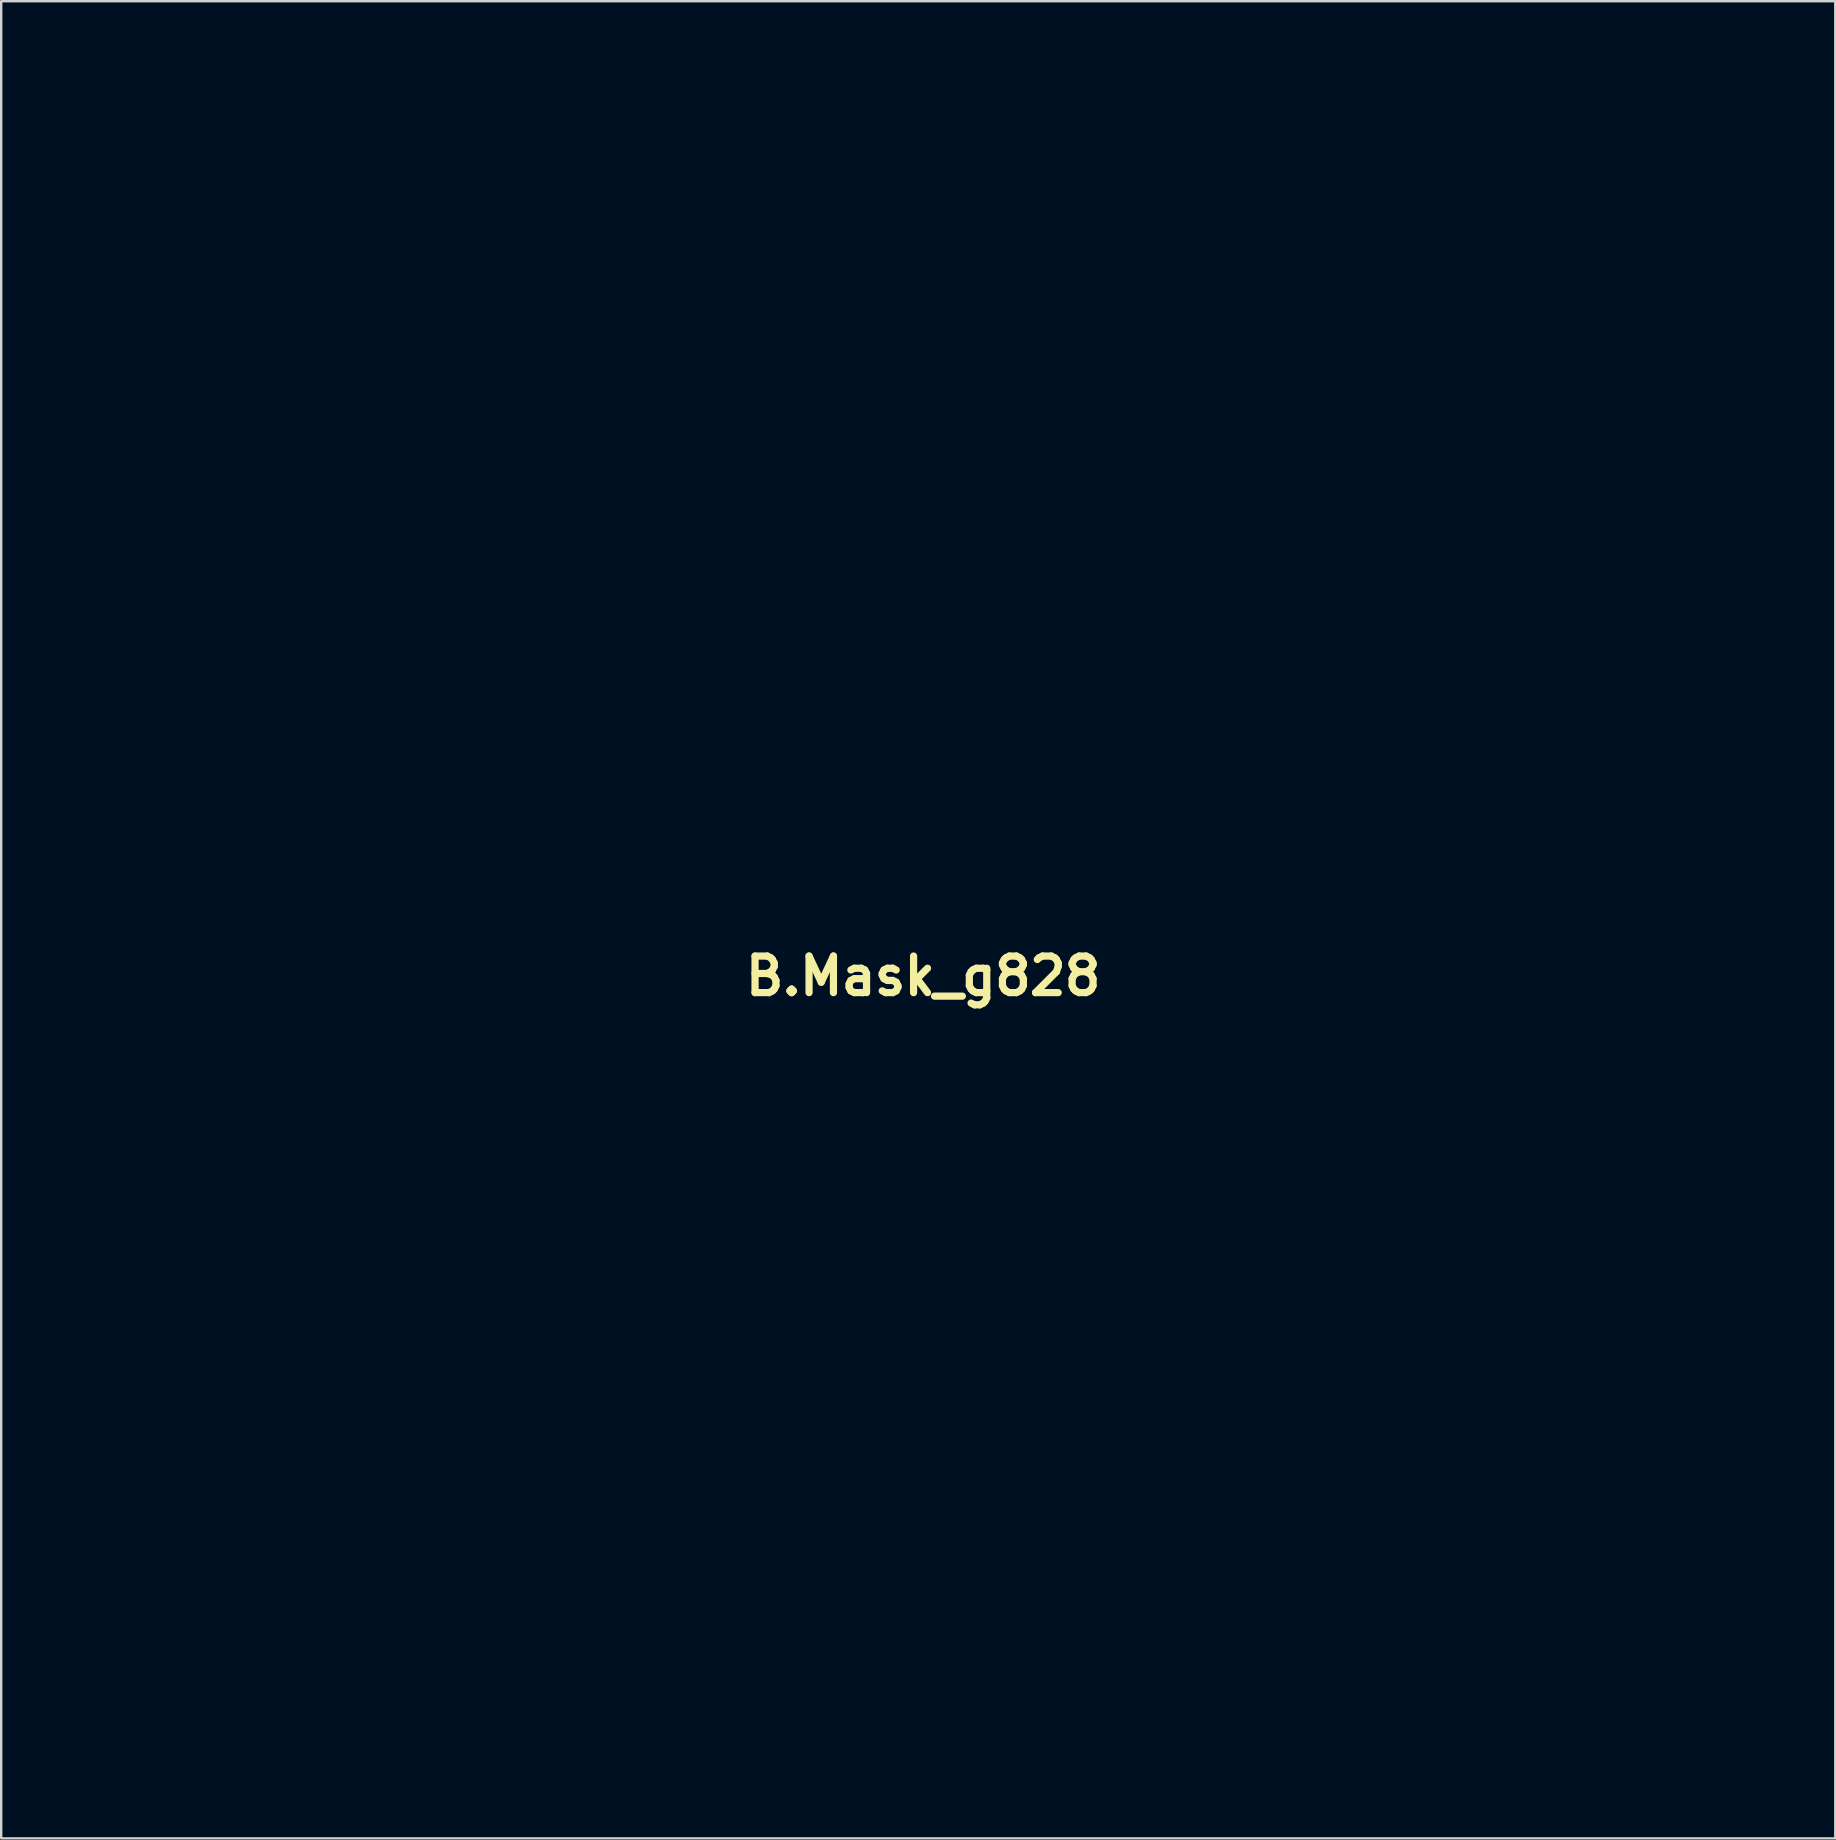
<source format=kicad_pcb>
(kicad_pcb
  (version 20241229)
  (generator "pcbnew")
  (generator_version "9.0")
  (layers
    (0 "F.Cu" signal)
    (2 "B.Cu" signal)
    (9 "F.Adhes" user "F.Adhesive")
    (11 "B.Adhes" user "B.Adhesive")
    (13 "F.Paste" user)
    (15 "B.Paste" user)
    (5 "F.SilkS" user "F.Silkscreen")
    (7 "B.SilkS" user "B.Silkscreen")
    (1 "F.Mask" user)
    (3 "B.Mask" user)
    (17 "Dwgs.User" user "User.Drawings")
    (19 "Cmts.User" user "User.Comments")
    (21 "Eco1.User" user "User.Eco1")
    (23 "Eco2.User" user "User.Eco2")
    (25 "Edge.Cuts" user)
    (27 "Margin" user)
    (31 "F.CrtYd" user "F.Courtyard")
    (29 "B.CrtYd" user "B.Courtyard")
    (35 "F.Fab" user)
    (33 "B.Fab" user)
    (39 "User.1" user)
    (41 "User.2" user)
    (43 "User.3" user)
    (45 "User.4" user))
  (footprint "B.Mask_g828"
    (layer "F.Cu")
    (at 35.405 37.609)
    (property "Reference" "B.Mask_g828" (at 0 0 0) (layer "F.SilkS") (effects (font (size 1.524 1.524) (thickness 0.3))))
    (attr through_hole)
    (fp_poly (pts (xy 20.384 27.691) (xy 20.598 27.733) (xy 20.787 27.798) (xy 20.956 27.887) (xy 21.11 28.002) (xy 21.166 28.054) (xy 21.298 28.21) (xy 21.394 28.386) (xy 21.452 28.578) (xy 21.474 28.786) (xy 21.458 29.008) (xy 21.404 29.241) (xy 21.313 29.483) (xy 21.262 29.591) (xy 21.113 29.849) (xy 20.926 30.11) (xy 20.703 30.373) (xy 20.449 30.635) (xy 20.166 30.894) (xy 19.859 31.147) (xy 19.53 31.392) (xy 19.183 31.628) (xy 18.821 31.851) (xy 18.448 32.059) (xy 18.067 32.249) (xy 17.681 32.421) (xy 17.294 32.571) (xy 16.909 32.697) (xy 16.584 32.783) (xy 16.262 32.85) (xy 15.951 32.893) (xy 15.656 32.914) (xy 15.383 32.911) (xy 15.137 32.885) (xy 15.06 32.871) (xy 14.83 32.805) (xy 14.627 32.71) (xy 14.452 32.588) (xy 14.308 32.442) (xy 14.197 32.274) (xy 14.121 32.086) (xy 14.081 31.88) (xy 14.076 31.765) (xy 14.097 31.538) (xy 14.158 31.301) (xy 14.257 31.057) (xy 14.394 30.805) (xy 14.567 30.549) (xy 14.776 30.289) (xy 15.019 30.027) (xy 15.295 29.764) (xy 15.603 29.501) (xy 15.942 29.241) (xy 16.09 29.135) (xy 16.422 28.915) (xy 16.783 28.699) (xy 17.163 28.494) (xy 17.552 28.304) (xy 17.939 28.134) (xy 18.314 27.99) (xy 18.49 27.93) (xy 18.815 27.832) (xy 19.117 27.76) (xy 19.407 27.709) (xy 19.696 27.68) (xy 19.865 27.671) (xy 20.141 27.671) (xy 20.384 27.691)) (stroke (width 0.01) (type solid)) (fill yes) (layer "B.Mask"))
    (fp_poly (pts (xy -15.344 -37.602) (xy -15.054 -37.577) (xy -14.799 -37.528) (xy -14.577 -37.456) (xy -14.526 -37.434) (xy -14.389 -37.354) (xy -14.244 -37.241) (xy -14.095 -37.098) (xy -13.946 -36.933) (xy -13.802 -36.751) (xy -13.668 -36.558) (xy -13.547 -36.36) (xy -13.445 -36.162) (xy -13.365 -35.97) (xy -13.332 -35.866) (xy -13.297 -35.691) (xy -13.283 -35.493) (xy -13.289 -35.285) (xy -13.316 -35.081) (xy -13.342 -34.963) (xy -13.461 -34.591) (xy -13.617 -34.236) (xy -13.809 -33.9) (xy -14.033 -33.586) (xy -14.288 -33.296) (xy -14.572 -33.033) (xy -14.881 -32.799) (xy -15.215 -32.598) (xy -15.569 -32.43) (xy -15.715 -32.374) (xy -15.93 -32.303) (xy -16.183 -32.233) (xy -16.467 -32.163) (xy -16.778 -32.095) (xy -17.111 -32.03) (xy -17.461 -31.969) (xy -17.822 -31.913) (xy -18.189 -31.863) (xy -18.531 -31.823) (xy -18.68 -31.809) (xy -18.846 -31.798) (xy -19.022 -31.789) (xy -19.203 -31.783) (xy -19.381 -31.779) (xy -19.549 -31.778) (xy -19.7 -31.78) (xy -19.827 -31.785) (xy -19.924 -31.793) (xy -19.971 -31.801) (xy -20.083 -31.831) (xy -20.197 -31.871) (xy -20.325 -31.925) (xy -20.477 -31.998) (xy -20.505 -32.012) (xy -20.72 -32.125) (xy -20.9 -32.234) (xy -21.049 -32.342) (xy -21.175 -32.455) (xy -21.283 -32.579) (xy -21.378 -32.718) (xy -21.466 -32.877) (xy -21.467 -32.88) (xy -21.514 -32.977) (xy -21.552 -33.065) (xy -21.581 -33.15) (xy -21.602 -33.24) (xy -21.618 -33.341) (xy -21.627 -33.458) (xy -21.633 -33.6) (xy -21.635 -33.771) (xy -21.635 -33.944) (xy -21.634 -34.145) (xy -21.631 -34.31) (xy -21.626 -34.442) (xy -21.619 -34.546) (xy -21.61 -34.627) (xy -21.602 -34.674) (xy -21.573 -34.777) (xy -21.524 -34.904) (xy -21.461 -35.046) (xy -21.388 -35.193) (xy -21.31 -35.333) (xy -21.233 -35.458) (xy -21.183 -35.528) (xy -20.998 -35.748) (xy -20.784 -35.956) (xy -20.541 -36.151) (xy -20.267 -36.335) (xy -19.96 -36.508) (xy -19.619 -36.671) (xy -19.243 -36.826) (xy -18.829 -36.972) (xy -18.377 -37.111) (xy -17.884 -37.243) (xy -17.806 -37.262) (xy -17.308 -37.378) (xy -16.846 -37.469) (xy -16.419 -37.538) (xy -16.026 -37.583) (xy -15.668 -37.604) (xy -15.344 -37.602)) (stroke (width 0.01) (type solid)) (fill yes) (layer "B.Mask"))
    (fp_poly (pts (xy 31.495 -17.155) (xy 31.659 -17.154) (xy 31.792 -17.15) (xy 31.903 -17.142) (xy 31.996 -17.131) (xy 32.078 -17.114) (xy 32.155 -17.091) (xy 32.234 -17.06) (xy 32.32 -17.021) (xy 32.415 -16.975) (xy 32.666 -16.837) (xy 32.903 -16.671) (xy 33.126 -16.477) (xy 33.336 -16.254) (xy 33.535 -15.999) (xy 33.722 -15.713) (xy 33.898 -15.393) (xy 34.065 -15.039) (xy 34.223 -14.649) (xy 34.373 -14.221) (xy 34.514 -13.755) (xy 34.65 -13.249) (xy 34.733 -12.903) (xy 34.823 -12.489) (xy 34.893 -12.108) (xy 34.943 -11.755) (xy 34.975 -11.428) (xy 34.988 -11.121) (xy 34.988 -11.049) (xy 34.979 -10.756) (xy 34.95 -10.497) (xy 34.9 -10.272) (xy 34.83 -10.077) (xy 34.739 -9.909) (xy 34.739 -9.909) (xy 34.628 -9.766) (xy 34.485 -9.617) (xy 34.316 -9.467) (xy 34.129 -9.321) (xy 33.931 -9.185) (xy 33.73 -9.063) (xy 33.532 -8.961) (xy 33.346 -8.883) (xy 33.196 -8.839) (xy 33.065 -8.819) (xy 32.909 -8.809) (xy 32.743 -8.809) (xy 32.582 -8.82) (xy 32.459 -8.837) (xy 32.188 -8.904) (xy 31.903 -9.004) (xy 31.615 -9.133) (xy 31.331 -9.287) (xy 31.06 -9.464) (xy 31.009 -9.5) (xy 30.904 -9.583) (xy 30.783 -9.689) (xy 30.655 -9.808) (xy 30.531 -9.931) (xy 30.42 -10.048) (xy 30.334 -10.149) (xy 30.333 -10.149) (xy 30.185 -10.347) (xy 30.053 -10.549) (xy 29.933 -10.762) (xy 29.825 -10.989) (xy 29.726 -11.235) (xy 29.635 -11.505) (xy 29.55 -11.803) (xy 29.469 -12.134) (xy 29.39 -12.502) (xy 29.382 -12.541) (xy 29.305 -12.952) (xy 29.238 -13.353) (xy 29.183 -13.741) (xy 29.14 -14.109) (xy 29.109 -14.454) (xy 29.091 -14.77) (xy 29.086 -15.054) (xy 29.088 -15.15) (xy 29.094 -15.291) (xy 29.104 -15.407) (xy 29.119 -15.51) (xy 29.144 -15.608) (xy 29.18 -15.709) (xy 29.229 -15.825) (xy 29.296 -15.964) (xy 29.337 -16.046) (xy 29.451 -16.261) (xy 29.56 -16.441) (xy 29.671 -16.591) (xy 29.787 -16.716) (xy 29.913 -16.822) (xy 30.056 -16.914) (xy 30.169 -16.974) (xy 30.268 -17.022) (xy 30.353 -17.061) (xy 30.432 -17.091) (xy 30.51 -17.114) (xy 30.594 -17.131) (xy 30.69 -17.142) (xy 30.804 -17.149) (xy 30.943 -17.153) (xy 31.112 -17.155) (xy 31.295 -17.155) (xy 31.495 -17.155)) (stroke (width 0.01) (type solid)) (fill yes) (layer "B.Mask"))
    (fp_poly (pts (xy 19.555 -33.807) (xy 19.858 -33.756) (xy 20.163 -33.67) (xy 20.472 -33.548) (xy 20.787 -33.388) (xy 21.11 -33.19) (xy 21.444 -32.954) (xy 21.538 -32.882) (xy 21.78 -32.684) (xy 22.037 -32.457) (xy 22.305 -32.207) (xy 22.576 -31.94) (xy 22.846 -31.662) (xy 23.108 -31.378) (xy 23.358 -31.096) (xy 23.588 -30.82) (xy 23.795 -30.557) (xy 23.946 -30.349) (xy 24.134 -30.063) (xy 24.286 -29.795) (xy 24.403 -29.543) (xy 24.485 -29.305) (xy 24.534 -29.079) (xy 24.55 -28.861) (xy 24.533 -28.649) (xy 24.504 -28.509) (xy 24.449 -28.328) (xy 24.374 -28.131) (xy 24.284 -27.926) (xy 24.184 -27.725) (xy 24.079 -27.537) (xy 23.973 -27.37) (xy 23.877 -27.243) (xy 23.711 -27.076) (xy 23.509 -26.932) (xy 23.275 -26.811) (xy 23.009 -26.714) (xy 22.741 -26.648) (xy 22.642 -26.63) (xy 22.543 -26.616) (xy 22.433 -26.607) (xy 22.303 -26.6) (xy 22.145 -26.596) (xy 22.077 -26.595) (xy 21.942 -26.593) (xy 21.819 -26.593) (xy 21.715 -26.594) (xy 21.638 -26.595) (xy 21.594 -26.597) (xy 21.59 -26.598) (xy 21.546 -26.606) (xy 21.473 -26.618) (xy 21.383 -26.632) (xy 21.343 -26.639) (xy 20.97 -26.721) (xy 20.607 -26.844) (xy 20.253 -27.007) (xy 19.91 -27.212) (xy 19.578 -27.457) (xy 19.431 -27.582) (xy 19.284 -27.718) (xy 19.119 -27.886) (xy 18.939 -28.079) (xy 18.748 -28.294) (xy 18.551 -28.525) (xy 18.35 -28.768) (xy 18.149 -29.018) (xy 17.954 -29.269) (xy 17.767 -29.517) (xy 17.592 -29.758) (xy 17.434 -29.986) (xy 17.297 -30.196) (xy 17.224 -30.314) (xy 17.123 -30.486) (xy 17.043 -30.632) (xy 16.982 -30.76) (xy 16.936 -30.88) (xy 16.904 -31.002) (xy 16.882 -31.133) (xy 16.868 -31.282) (xy 16.859 -31.46) (xy 16.855 -31.583) (xy 16.852 -31.799) (xy 16.857 -31.98) (xy 16.871 -32.134) (xy 16.897 -32.269) (xy 16.936 -32.393) (xy 16.989 -32.512) (xy 17.059 -32.635) (xy 17.12 -32.728) (xy 17.188 -32.825) (xy 17.258 -32.912) (xy 17.332 -32.991) (xy 17.417 -33.067) (xy 17.517 -33.143) (xy 17.636 -33.224) (xy 17.78 -33.313) (xy 17.953 -33.413) (xy 18.118 -33.504) (xy 18.299 -33.602) (xy 18.454 -33.677) (xy 18.593 -33.734) (xy 18.724 -33.775) (xy 18.856 -33.801) (xy 18.999 -33.817) (xy 19.161 -33.823) (xy 19.251 -33.824) (xy 19.555 -33.807)) (stroke (width 0.01) (type solid)) (fill yes) (layer "B.Mask"))
    (fp_poly (pts (xy -32.407 -9.36) (xy -32.265 -9.336) (xy -32.127 -9.291) (xy -31.984 -9.223) (xy -31.825 -9.127) (xy -31.754 -9.081) (xy -31.473 -8.869) (xy -31.204 -8.623) (xy -30.953 -8.348) (xy -30.725 -8.051) (xy -30.527 -7.74) (xy -30.45 -7.599) (xy -30.383 -7.464) (xy -30.326 -7.34) (xy -30.28 -7.222) (xy -30.242 -7.104) (xy -30.213 -6.981) (xy -30.192 -6.848) (xy -30.177 -6.7) (xy -30.169 -6.53) (xy -30.165 -6.335) (xy -30.166 -6.108) (xy -30.17 -5.845) (xy -30.17 -5.821) (xy -30.177 -5.531) (xy -30.187 -5.275) (xy -30.199 -5.047) (xy -30.216 -4.838) (xy -30.237 -4.64) (xy -30.263 -4.446) (xy -30.295 -4.248) (xy -30.334 -4.038) (xy -30.346 -3.979) (xy -30.384 -3.8) (xy -30.43 -3.604) (xy -30.481 -3.396) (xy -30.537 -3.183) (xy -30.595 -2.972) (xy -30.653 -2.768) (xy -30.71 -2.58) (xy -30.763 -2.412) (xy -30.812 -2.271) (xy -30.854 -2.165) (xy -30.86 -2.15) (xy -30.938 -1.997) (xy -31.033 -1.847) (xy -31.151 -1.693) (xy -31.297 -1.528) (xy -31.366 -1.455) (xy -31.518 -1.303) (xy -31.649 -1.18) (xy -31.768 -1.084) (xy -31.879 -1.01) (xy -31.989 -0.956) (xy -32.105 -0.917) (xy -32.232 -0.89) (xy -32.378 -0.871) (xy -32.414 -0.868) (xy -32.527 -0.858) (xy -32.615 -0.853) (xy -32.692 -0.851) (xy -32.774 -0.854) (xy -32.877 -0.859) (xy -32.904 -0.861) (xy -33.177 -0.888) (xy -33.423 -0.935) (xy -33.647 -1.004) (xy -33.858 -1.1) (xy -34.062 -1.226) (xy -34.267 -1.384) (xy -34.476 -1.575) (xy -34.671 -1.774) (xy -34.831 -1.965) (xy -34.963 -2.156) (xy -35.072 -2.355) (xy -35.162 -2.571) (xy -35.238 -2.813) (xy -35.265 -2.914) (xy -35.3 -3.058) (xy -35.329 -3.189) (xy -35.351 -3.316) (xy -35.369 -3.445) (xy -35.382 -3.582) (xy -35.391 -3.734) (xy -35.397 -3.908) (xy -35.399 -4.111) (xy -35.4 -4.348) (xy -35.4 -4.371) (xy -35.399 -4.638) (xy -35.394 -4.879) (xy -35.385 -5.103) (xy -35.372 -5.32) (xy -35.353 -5.539) (xy -35.328 -5.77) (xy -35.296 -6.022) (xy -35.257 -6.305) (xy -35.253 -6.333) (xy -35.184 -6.761) (xy -35.105 -7.15) (xy -35.016 -7.5) (xy -34.915 -7.814) (xy -34.799 -8.094) (xy -34.669 -8.34) (xy -34.521 -8.556) (xy -34.356 -8.742) (xy -34.171 -8.9) (xy -33.966 -9.033) (xy -33.737 -9.141) (xy -33.485 -9.227) (xy -33.208 -9.292) (xy -32.904 -9.338) (xy -32.745 -9.354) (xy -32.564 -9.365) (xy -32.407 -9.36)) (stroke (width 0.01) (type solid)) (fill yes) (layer "B.Mask"))
    (fp_poly (pts (xy 0.2 14.128) (xy 0.604 14.155) (xy 1.038 14.204) (xy 1.505 14.274) (xy 1.884 14.342) (xy 2.092 14.384) (xy 2.313 14.431) (xy 2.543 14.484) (xy 2.775 14.54) (xy 3.004 14.598) (xy 3.227 14.657) (xy 3.438 14.715) (xy 3.632 14.772) (xy 3.804 14.825) (xy 3.949 14.873) (xy 4.061 14.915) (xy 4.131 14.947) (xy 4.214 14.999) (xy 4.318 15.073) (xy 4.434 15.164) (xy 4.552 15.264) (xy 4.665 15.366) (xy 4.763 15.462) (xy 4.765 15.465) (xy 4.919 15.633) (xy 5.043 15.784) (xy 5.141 15.925) (xy 5.218 16.064) (xy 5.277 16.207) (xy 5.317 16.333) (xy 5.34 16.452) (xy 5.357 16.602) (xy 5.365 16.77) (xy 5.366 16.945) (xy 5.36 17.116) (xy 5.345 17.271) (xy 5.327 17.378) (xy 5.232 17.722) (xy 5.097 18.053) (xy 4.922 18.371) (xy 4.87 18.452) (xy 4.678 18.706) (xy 4.463 18.931) (xy 4.221 19.129) (xy 3.953 19.299) (xy 3.655 19.444) (xy 3.326 19.563) (xy 2.965 19.658) (xy 2.57 19.73) (xy 2.496 19.74) (xy 2.393 19.75) (xy 2.255 19.76) (xy 2.089 19.768) (xy 1.902 19.774) (xy 1.701 19.779) (xy 1.494 19.782) (xy 1.288 19.784) (xy 1.089 19.783) (xy 0.906 19.781) (xy 0.745 19.776) (xy 0.613 19.769) (xy 0.603 19.768) (xy 0.078 19.723) (xy -0.417 19.666) (xy -0.879 19.599) (xy -1.307 19.52) (xy -1.699 19.432) (xy -2.052 19.333) (xy -2.148 19.302) (xy -2.295 19.248) (xy -2.456 19.179) (xy -2.618 19.1) (xy -2.772 19.018) (xy -2.906 18.938) (xy -2.994 18.877) (xy -3.135 18.755) (xy -3.26 18.614) (xy -3.371 18.451) (xy -3.472 18.26) (xy -3.563 18.037) (xy -3.648 17.779) (xy -3.69 17.632) (xy -3.739 17.443) (xy -3.773 17.284) (xy -3.793 17.143) (xy -3.799 17.01) (xy -3.792 16.876) (xy -3.772 16.729) (xy -3.74 16.558) (xy -3.736 16.542) (xy -3.695 16.366) (xy -3.652 16.221) (xy -3.601 16.095) (xy -3.54 15.978) (xy -3.525 15.951) (xy -3.424 15.802) (xy -3.295 15.637) (xy -3.144 15.464) (xy -2.979 15.291) (xy -2.807 15.125) (xy -2.635 14.974) (xy -2.471 14.845) (xy -2.454 14.832) (xy -2.318 14.743) (xy -2.155 14.647) (xy -1.975 14.551) (xy -1.792 14.461) (xy -1.617 14.382) (xy -1.461 14.322) (xy -1.434 14.312) (xy -1.151 14.233) (xy -0.849 14.174) (xy -0.524 14.137) (xy -0.175 14.122) (xy 0.2 14.128)) (stroke (width 0.01) (type solid)) (fill yes) (layer "B.Mask")))
  (gr_rect
    (start -3 -3)
    (end 73.399 73.528)
    (stroke (width 0.1) (type default))
    (fill no)
    (layer "Edge.Cuts")))
</source>
